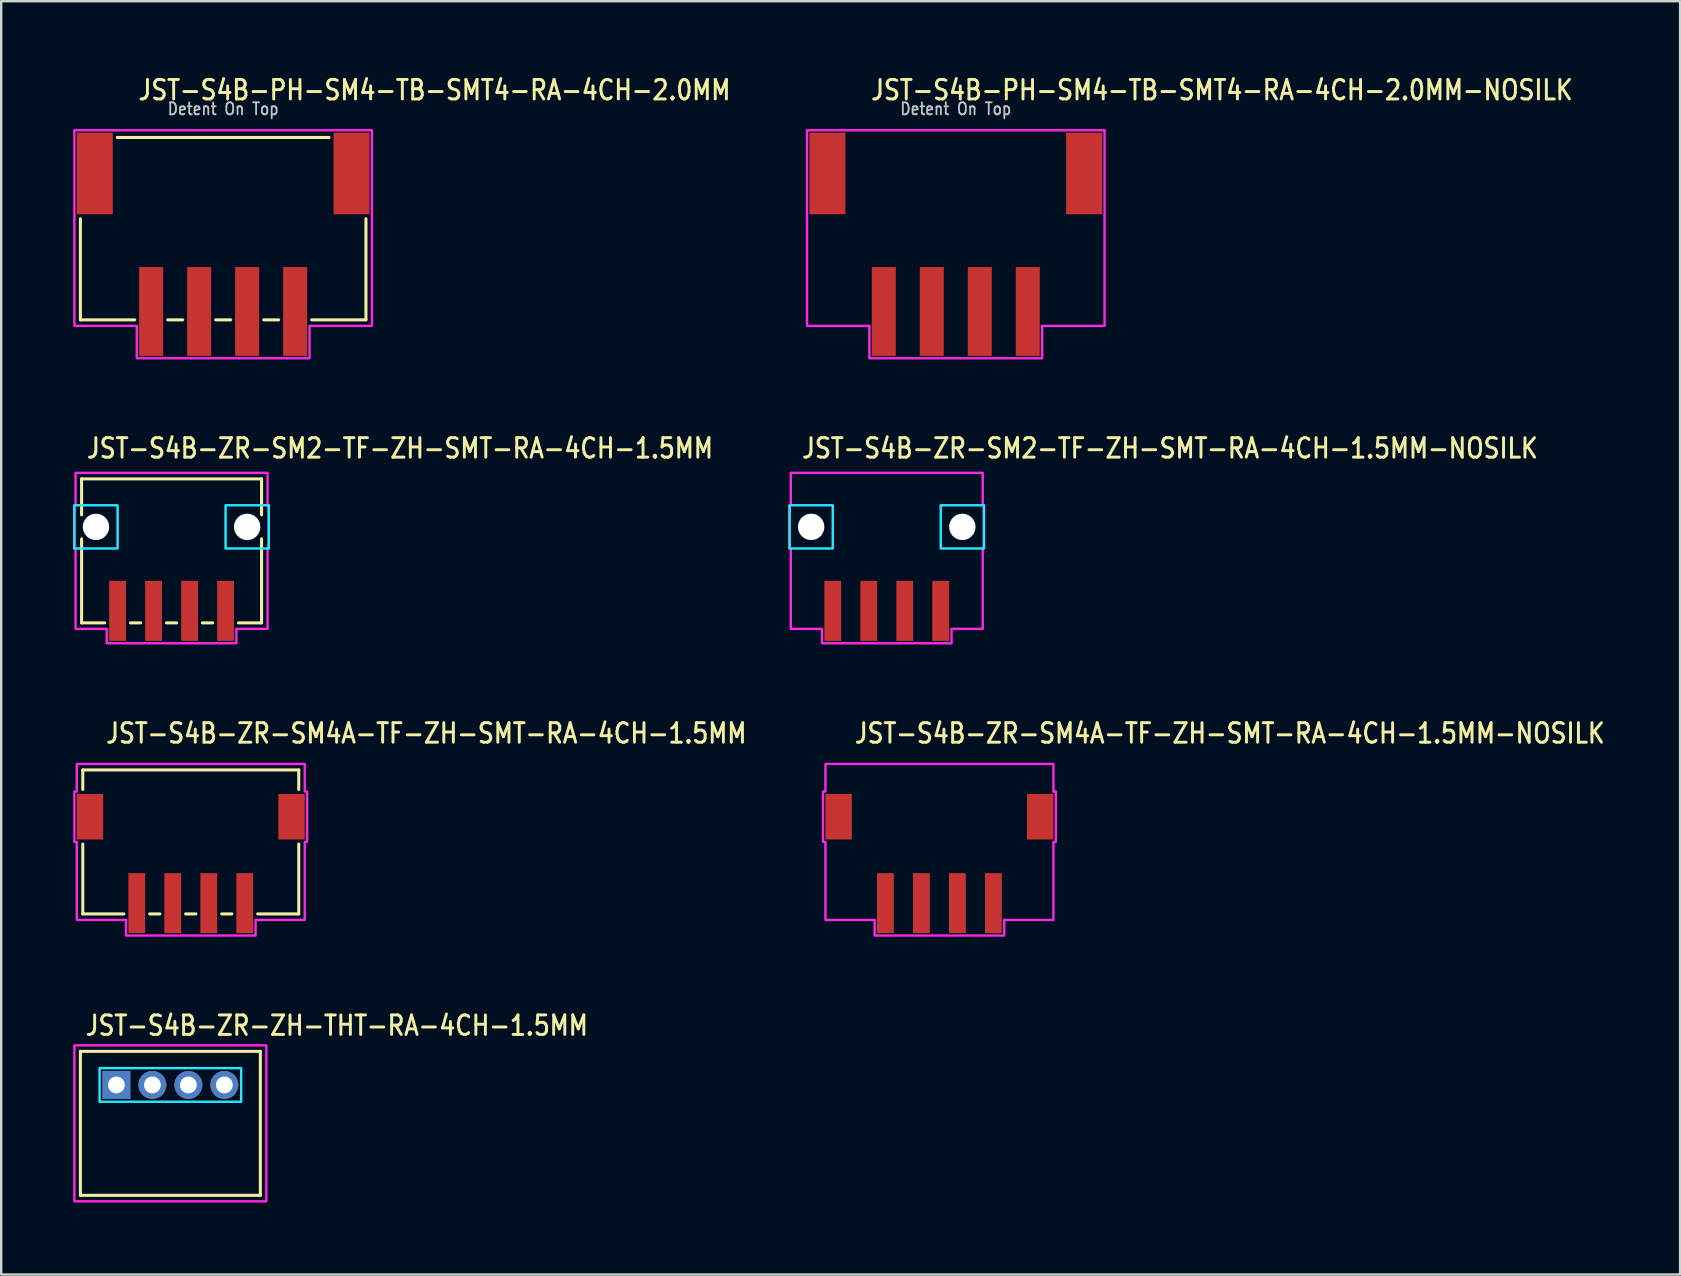
<source format=kicad_pcb>
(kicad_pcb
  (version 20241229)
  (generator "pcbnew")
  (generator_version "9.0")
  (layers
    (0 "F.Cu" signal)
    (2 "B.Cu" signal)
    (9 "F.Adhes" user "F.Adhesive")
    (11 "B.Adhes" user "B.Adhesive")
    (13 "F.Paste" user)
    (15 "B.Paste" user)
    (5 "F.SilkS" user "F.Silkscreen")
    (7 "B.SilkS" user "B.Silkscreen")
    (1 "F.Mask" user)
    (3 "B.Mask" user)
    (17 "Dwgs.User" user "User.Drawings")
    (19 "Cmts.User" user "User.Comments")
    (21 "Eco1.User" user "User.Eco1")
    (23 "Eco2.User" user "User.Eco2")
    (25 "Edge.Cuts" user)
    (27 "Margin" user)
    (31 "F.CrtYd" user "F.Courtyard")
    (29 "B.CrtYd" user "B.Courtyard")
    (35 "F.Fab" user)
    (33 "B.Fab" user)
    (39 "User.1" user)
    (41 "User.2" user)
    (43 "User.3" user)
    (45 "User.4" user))
  (footprint "JST-S4B-ZR-SM4A-TF-ZH-SMT-RA-4CH-1.5MM"
    (layer "F.Cu")
    (at 4.9 30.986)
    (property "Reference" "JST-S4B-ZR-SM4A-TF-ZH-SMT-RA-4CH-1.5MM" (at -3.6 -3 0) (unlocked yes) (layer "F.SilkS") (effects (font (size 0.813 0.695) (thickness 0.122)) (justify left bottom)))
    (fp_line (start -4.5 -1.95) (end -4.5 -1.137) (stroke (width 0.127) (type solid)) (layer "F.SilkS"))
    (fp_line (start -4.5 -1.95) (end 4.5 -1.95) (stroke (width 0.127) (type solid)) (layer "F.SilkS"))
    (fp_line (start -4.5 4.05) (end -4.5 1.137) (stroke (width 0.127) (type solid)) (layer "F.SilkS"))
    (fp_line (start -4.5 4.05) (end -2.787 4.05) (stroke (width 0.127) (type solid)) (layer "F.SilkS"))
    (fp_line (start -1.714 4.05) (end -1.286 4.05) (stroke (width 0.127) (type solid)) (layer "F.SilkS"))
    (fp_line (start -0.213 4.05) (end 0.213 4.05) (stroke (width 0.127) (type solid)) (layer "F.SilkS"))
    (fp_line (start 1.286 4.05) (end 1.714 4.05) (stroke (width 0.127) (type solid)) (layer "F.SilkS"))
    (fp_line (start 2.787 4.05) (end 4.5 4.05) (stroke (width 0.127) (type solid)) (layer "F.SilkS"))
    (fp_line (start 4.5 -1.137) (end 4.5 -1.95) (stroke (width 0.127) (type solid)) (layer "F.SilkS"))
    (fp_line (start 4.5 1.137) (end 4.5 4.05) (stroke (width 0.127) (type solid)) (layer "F.SilkS"))
    (fp_poly (pts (xy -4.75 -2.2) (xy -4.75 -1.05) (xy -4.85 -1.05) (xy -4.85 1.05) (xy -4.75 1.05) (xy -4.75 4.3) (xy -2.7 4.3) (xy -2.7 4.95) (xy 2.7 4.95) (xy 2.7 4.3) (xy 4.75 4.3) (xy 4.75 1.05) (xy 4.85 1.05) (xy 4.85 -1.05) (xy 4.75 -1.05) (xy 4.75 -2.2)) (stroke (width 0.1) (type solid)) (fill no) (layer "F.CrtYd"))
    (pad "1" smd rect (at 2.25 3.6) (size 0.7 2.5) (layers "F.Cu" "F.Mask" "F.Paste"))
    (pad "2" smd rect (at 0.75 3.6) (size 0.7 2.5) (layers "F.Cu" "F.Mask" "F.Paste"))
    (pad "3" smd rect (at -0.75 3.6) (size 0.7 2.5) (layers "F.Cu" "F.Mask" "F.Paste"))
    (pad "4" smd rect (at -2.25 3.6) (size 0.7 2.5) (layers "F.Cu" "F.Mask" "F.Paste"))
    (pad "S_1" smd rect (at -4.2 0) (size 1.1 1.9) (layers "F.Cu" "F.Mask" "F.Paste"))
    (pad "S_2" smd rect (at 4.2 0) (size 1.1 1.9) (layers "F.Cu" "F.Mask" "F.Paste")))
  (footprint "JST-S4B-ZR-SM2-TF-ZH-SMT-RA-4CH-1.5MM"
    (layer "F.Cu")
    (at 4.1 18.907)
    (property "Reference" "JST-S4B-ZR-SM2-TF-ZH-SMT-RA-4CH-1.5MM" (at -3.6 -2.8 0) (unlocked yes) (layer "F.SilkS") (effects (font (size 0.813 0.695) (thickness 0.122)) (justify left bottom)))
    (fp_line (start -3.75 -2) (end -3.75 -0.5) (stroke (width 0.127) (type solid)) (layer "F.SilkS"))
    (fp_line (start -3.75 -2) (end 3.75 -2) (stroke (width 0.127) (type solid)) (layer "F.SilkS"))
    (fp_line (start -3.75 4) (end -3.75 0.5) (stroke (width 0.127) (type solid)) (layer "F.SilkS"))
    (fp_line (start -3.75 4) (end -2.787 4) (stroke (width 0.127) (type solid)) (layer "F.SilkS"))
    (fp_line (start -1.714 4) (end -1.286 4) (stroke (width 0.127) (type solid)) (layer "F.SilkS"))
    (fp_line (start -0.213 4) (end 0.213 4) (stroke (width 0.127) (type solid)) (layer "F.SilkS"))
    (fp_line (start 1.286 4) (end 1.714 4) (stroke (width 0.127) (type solid)) (layer "F.SilkS"))
    (fp_line (start 2.787 4) (end 3.75 4) (stroke (width 0.127) (type solid)) (layer "F.SilkS"))
    (fp_line (start 3.75 -0.5) (end 3.75 -2) (stroke (width 0.127) (type solid)) (layer "F.SilkS"))
    (fp_line (start 3.75 0.5) (end 3.75 4) (stroke (width 0.127) (type solid)) (layer "F.SilkS"))
    (fp_poly (pts (xy -4.05 -0.9) (xy -4.05 0.9) (xy -2.25 0.9) (xy -2.25 -0.9)) (stroke (width 0.1) (type solid)) (fill no) (layer "B.CrtYd"))
    (fp_poly (pts (xy 4.05 -0.9) (xy 4.05 0.9) (xy 2.25 0.9) (xy 2.25 -0.9)) (stroke (width 0.1) (type solid)) (fill no) (layer "B.CrtYd"))
    (fp_poly (pts (xy -4 -2.25) (xy -4 -0.9) (xy -4.05 -0.9) (xy -4.05 0.9) (xy -4 0.9) (xy -4 4.25) (xy -2.7 4.25) (xy -2.7 4.85) (xy 2.7 4.85) (xy 2.7 4.25) (xy 4 4.25) (xy 4 0.9) (xy 4.05 0.9) (xy 4.05 -0.9) (xy 4 -0.9) (xy 4 -2.25)) (stroke (width 0.1) (type solid)) (fill no) (layer "F.CrtYd"))
    (pad "" np_thru_hole circle (at -3.15 0) (size 1.1 1.1) (drill 1.1) (layers "*.Cu" "*.Mask"))
    (pad "" np_thru_hole circle (at 3.15 0) (size 1.1 1.1) (drill 1.1) (layers "*.Cu" "*.Mask"))
    (pad "P$1" smd rect (at 2.25 3.5) (size 0.7 2.5) (layers "F.Cu" "F.Mask" "F.Paste"))
    (pad "P$2" smd rect (at 0.75 3.5) (size 0.7 2.5) (layers "F.Cu" "F.Mask" "F.Paste"))
    (pad "P$3" smd rect (at -0.75 3.5) (size 0.7 2.5) (layers "F.Cu" "F.Mask" "F.Paste"))
    (pad "P$4" smd rect (at -2.25 3.5) (size 0.7 2.5) (layers "F.Cu" "F.Mask" "F.Paste")))
  (footprint "JST-S4B-ZR-SM4A-TF-ZH-SMT-RA-4CH-1.5MM-NOSILK"
    (layer "F.Cu")
    (at 36.099 30.986)
    (property "Reference" "JST-S4B-ZR-SM4A-TF-ZH-SMT-RA-4CH-1.5MM-NOSILK" (at -3.6 -3 0) (unlocked yes) (layer "F.SilkS") (effects (font (size 0.813 0.695) (thickness 0.122)) (justify left bottom)))
    (fp_poly (pts (xy -4.75 -2.2) (xy -4.75 -1.05) (xy -4.85 -1.05) (xy -4.85 1.05) (xy -4.75 1.05) (xy -4.75 4.3) (xy -2.7 4.3) (xy -2.7 4.95) (xy 2.7 4.95) (xy 2.7 4.3) (xy 4.75 4.3) (xy 4.75 1.05) (xy 4.85 1.05) (xy 4.85 -1.05) (xy 4.75 -1.05) (xy 4.75 -2.2)) (stroke (width 0.1) (type solid)) (fill no) (layer "F.CrtYd"))
    (pad "1" smd rect (at 2.25 3.6) (size 0.7 2.5) (layers "F.Cu" "F.Mask" "F.Paste"))
    (pad "2" smd rect (at 0.75 3.6) (size 0.7 2.5) (layers "F.Cu" "F.Mask" "F.Paste"))
    (pad "3" smd rect (at -0.75 3.6) (size 0.7 2.5) (layers "F.Cu" "F.Mask" "F.Paste"))
    (pad "4" smd rect (at -2.25 3.6) (size 0.7 2.5) (layers "F.Cu" "F.Mask" "F.Paste"))
    (pad "S_1" smd rect (at -4.2 0) (size 1.1 1.9) (layers "F.Cu" "F.Mask" "F.Paste"))
    (pad "S_2" smd rect (at 4.2 0) (size 1.1 1.9) (layers "F.Cu" "F.Mask" "F.Paste")))
  (footprint "JST-S4B-PH-SM4-TB-SMT4-RA-4CH-2.0MM"
    (layer "F.Cu")
    (at 6.25 4.179)
    (property "Reference" "JST-S4B-PH-SM4-TB-SMT4-RA-4CH-2.0MM" (at -3.6 -3 0) (unlocked yes) (layer "F.SilkS") (effects (font (size 0.813 0.695) (thickness 0.122)) (justify left bottom)))
    (fp_line (start -5.95 6.1) (end -5.95 1.887) (stroke (width 0.127) (type solid)) (layer "F.SilkS"))
    (fp_line (start -5.95 6.1) (end -3.687 6.1) (stroke (width 0.127) (type solid)) (layer "F.SilkS"))
    (fp_line (start -4.413 -1.5) (end 4.413 -1.5) (stroke (width 0.127) (type solid)) (layer "F.SilkS"))
    (fp_line (start -2.313 6.1) (end -1.687 6.1) (stroke (width 0.127) (type solid)) (layer "F.SilkS"))
    (fp_line (start -0.314 6.1) (end 0.314 6.1) (stroke (width 0.127) (type solid)) (layer "F.SilkS"))
    (fp_line (start 1.687 6.1) (end 2.313 6.1) (stroke (width 0.127) (type solid)) (layer "F.SilkS"))
    (fp_line (start 3.687 6.1) (end 5.95 6.1) (stroke (width 0.127) (type solid)) (layer "F.SilkS"))
    (fp_line (start 5.95 1.887) (end 5.95 6.1) (stroke (width 0.127) (type solid)) (layer "F.SilkS"))
    (fp_poly (pts (xy -6.2 -1.8) (xy -6.2 6.35) (xy -3.6 6.35) (xy -3.6 7.7) (xy 3.6 7.7) (xy 3.6 6.35) (xy 6.2 6.35) (xy 6.2 -1.8)) (stroke (width 0.1) (type solid)) (fill no) (layer "F.CrtYd"))
    (fp_text user "Detent On Top" (at 0 -2.4 0) (unlocked yes) (layer "Dwgs.User") (effects (font (size 0.5 0.427) (thickness 0.075)) (justify bottom)))
    (pad "1" smd rect (at 3 5.75) (size 1 3.7) (layers "F.Cu" "F.Mask" "F.Paste"))
    (pad "2" smd rect (at 1 5.75) (size 1 3.7) (layers "F.Cu" "F.Mask" "F.Paste"))
    (pad "3" smd rect (at -1 5.75) (size 1 3.7) (layers "F.Cu" "F.Mask" "F.Paste"))
    (pad "4" smd rect (at -3 5.75) (size 1 3.7) (layers "F.Cu" "F.Mask" "F.Paste"))
    (pad "S_1" smd rect (at -5.35 0) (size 1.5 3.4) (layers "F.Cu" "F.Mask" "F.Paste"))
    (pad "S_2" smd rect (at 5.35 0) (size 1.5 3.4) (layers "F.Cu" "F.Mask" "F.Paste")))
  (footprint "JST-S4B-ZR-SM2-TF-ZH-SMT-RA-4CH-1.5MM-NOSILK"
    (layer "F.Cu")
    (at 33.904 18.907)
    (property "Reference" "JST-S4B-ZR-SM2-TF-ZH-SMT-RA-4CH-1.5MM-NOSILK" (at -3.6 -2.8 0) (unlocked yes) (layer "F.SilkS") (effects (font (size 0.813 0.695) (thickness 0.122)) (justify left bottom)))
    (fp_poly (pts (xy -4.05 -0.9) (xy -4.05 0.9) (xy -2.25 0.9) (xy -2.25 -0.9)) (stroke (width 0.1) (type solid)) (fill no) (layer "B.CrtYd"))
    (fp_poly (pts (xy 4.05 -0.9) (xy 4.05 0.9) (xy 2.25 0.9) (xy 2.25 -0.9)) (stroke (width 0.1) (type solid)) (fill no) (layer "B.CrtYd"))
    (fp_poly (pts (xy -4 -2.25) (xy -4 -0.9) (xy -4.05 -0.9) (xy -4.05 0.9) (xy -4 0.9) (xy -4 4.25) (xy -2.7 4.25) (xy -2.7 4.85) (xy 2.7 4.85) (xy 2.7 4.25) (xy 4 4.25) (xy 4 0.9) (xy 4.05 0.9) (xy 4.05 -0.9) (xy 4 -0.9) (xy 4 -2.25)) (stroke (width 0.1) (type solid)) (fill no) (layer "F.CrtYd"))
    (pad "" np_thru_hole circle (at -3.15 0) (size 1.1 1.1) (drill 1.1) (layers "*.Cu" "*.Mask"))
    (pad "" np_thru_hole circle (at 3.15 0) (size 1.1 1.1) (drill 1.1) (layers "*.Cu" "*.Mask"))
    (pad "1" smd rect (at 2.25 3.5) (size 0.7 2.5) (layers "F.Cu" "F.Mask" "F.Paste"))
    (pad "2" smd rect (at 0.75 3.5) (size 0.7 2.5) (layers "F.Cu" "F.Mask" "F.Paste"))
    (pad "3" smd rect (at -0.75 3.5) (size 0.7 2.5) (layers "F.Cu" "F.Mask" "F.Paste"))
    (pad "4" smd rect (at -2.25 3.5) (size 0.7 2.5) (layers "F.Cu" "F.Mask" "F.Paste")))
  (footprint "JST-S4B-PH-SM4-TB-SMT4-RA-4CH-2.0MM-NOSILK"
    (layer "F.Cu")
    (at 36.781 4.179)
    (property "Reference" "JST-S4B-PH-SM4-TB-SMT4-RA-4CH-2.0MM-NOSILK" (at -3.6 -3 0) (unlocked yes) (layer "F.SilkS") (effects (font (size 0.813 0.695) (thickness 0.122)) (justify left bottom)))
    (fp_poly (pts (xy -6.2 -1.8) (xy -6.2 6.35) (xy -3.6 6.35) (xy -3.6 7.7) (xy 3.6 7.7) (xy 3.6 6.35) (xy 6.2 6.35) (xy 6.2 -1.8)) (stroke (width 0.1) (type solid)) (fill no) (layer "F.CrtYd"))
    (fp_text user "Detent On Top" (at 0 -2.4 0) (unlocked yes) (layer "Dwgs.User") (effects (font (size 0.5 0.427) (thickness 0.075)) (justify bottom)))
    (pad "1" smd rect (at 3 5.75) (size 1 3.7) (layers "F.Cu" "F.Mask" "F.Paste"))
    (pad "2" smd rect (at 1 5.75) (size 1 3.7) (layers "F.Cu" "F.Mask" "F.Paste"))
    (pad "3" smd rect (at -1 5.75) (size 1 3.7) (layers "F.Cu" "F.Mask" "F.Paste"))
    (pad "4" smd rect (at -3 5.75) (size 1 3.7) (layers "F.Cu" "F.Mask" "F.Paste"))
    (pad "S_1" smd rect (at -5.35 0) (size 1.5 3.4) (layers "F.Cu" "F.Mask" "F.Paste"))
    (pad "S_2" smd rect (at 5.35 0) (size 1.5 3.4) (layers "F.Cu" "F.Mask" "F.Paste")))
  (footprint "JST-S4B-ZR-ZH-THT-RA-4CH-1.5MM"
    (layer "F.Cu")
    (at 4.05 42.164)
    (property "Reference" "JST-S4B-ZR-ZH-THT-RA-4CH-1.5MM" (at -3.6 -2 0) (unlocked yes) (layer "F.SilkS") (effects (font (size 0.813 0.695) (thickness 0.122)) (justify left bottom)))
    (fp_line (start -3.75 -1.4) (end 3.75 -1.4) (stroke (width 0.127) (type solid)) (layer "F.SilkS"))
    (fp_line (start -3.75 4.6) (end -3.75 -1.4) (stroke (width 0.127) (type solid)) (layer "F.SilkS"))
    (fp_line (start -3.75 4.6) (end 3.75 4.6) (stroke (width 0.127) (type solid)) (layer "F.SilkS"))
    (fp_line (start 3.75 -1.4) (end 3.75 4.6) (stroke (width 0.127) (type solid)) (layer "F.SilkS"))
    (fp_poly (pts (xy -2.95 -0.7) (xy -2.95 0.7) (xy 2.95 0.7) (xy 2.95 -0.7)) (stroke (width 0.1) (type solid)) (fill no) (layer "B.CrtYd"))
    (fp_poly (pts (xy -4 -1.65) (xy -4 4.85) (xy 4 4.85) (xy 4 -1.65)) (stroke (width 0.1) (type solid)) (fill no) (layer "F.CrtYd"))
    (pad "P$1" thru_hole rect (at -2.25 0) (size 1.167 1.167) (drill 0.7) (layers "*.Cu" "*.Mask"))
    (pad "P$2" thru_hole oval (at -0.75 0) (size 1.167 1.167) (drill 0.7) (layers "*.Cu" "*.Mask"))
    (pad "P$3" thru_hole oval (at 0.75 0) (size 1.167 1.167) (drill 0.7) (layers "*.Cu" "*.Mask"))
    (pad "P$4" thru_hole oval (at 2.25 0) (size 1.167 1.167) (drill 0.7) (layers "*.Cu" "*.Mask")))
  (gr_rect
    (start -3 -3)
    (end 66.966 50.064)
    (stroke (width 0.1) (type default))
    (fill no)
    (layer "Edge.Cuts")))
</source>
